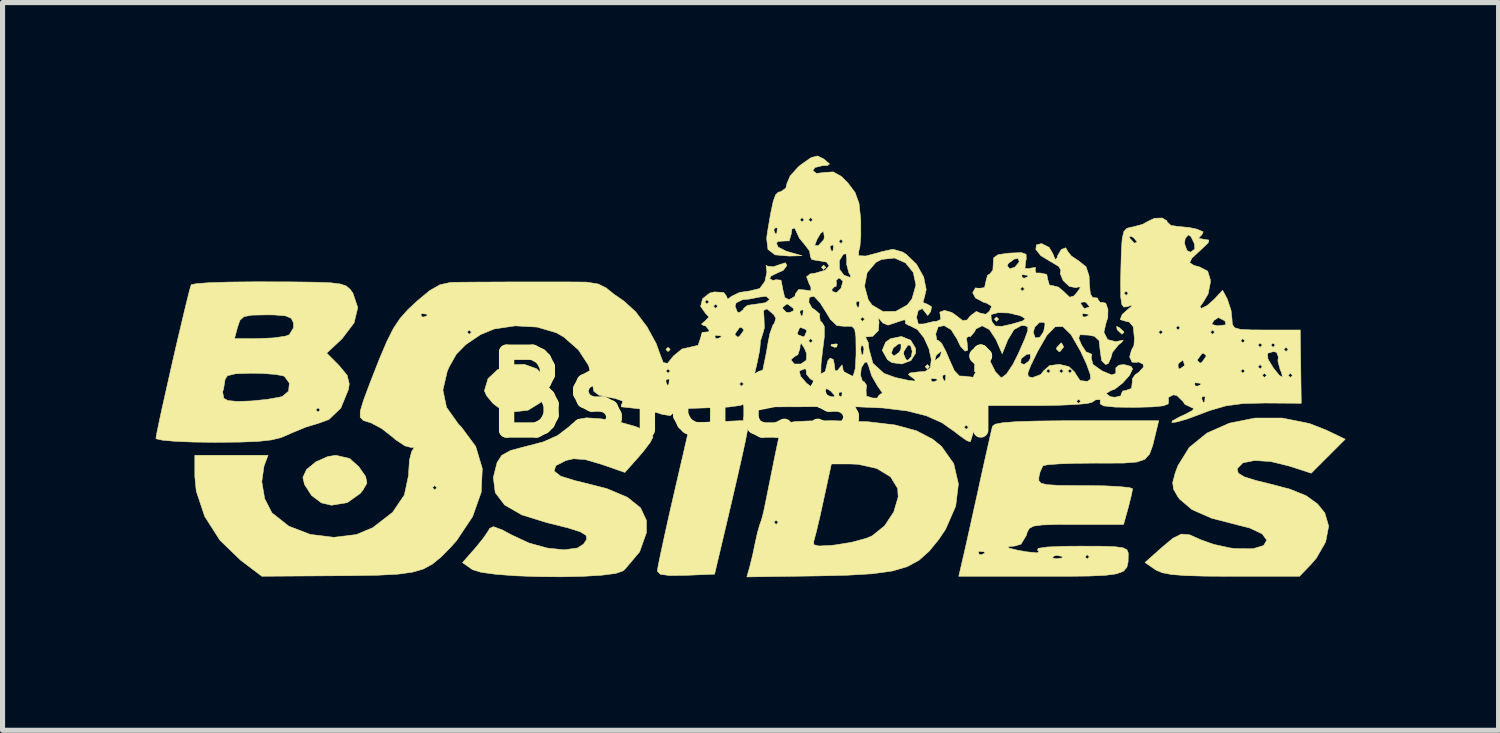
<source format=kicad_pcb>
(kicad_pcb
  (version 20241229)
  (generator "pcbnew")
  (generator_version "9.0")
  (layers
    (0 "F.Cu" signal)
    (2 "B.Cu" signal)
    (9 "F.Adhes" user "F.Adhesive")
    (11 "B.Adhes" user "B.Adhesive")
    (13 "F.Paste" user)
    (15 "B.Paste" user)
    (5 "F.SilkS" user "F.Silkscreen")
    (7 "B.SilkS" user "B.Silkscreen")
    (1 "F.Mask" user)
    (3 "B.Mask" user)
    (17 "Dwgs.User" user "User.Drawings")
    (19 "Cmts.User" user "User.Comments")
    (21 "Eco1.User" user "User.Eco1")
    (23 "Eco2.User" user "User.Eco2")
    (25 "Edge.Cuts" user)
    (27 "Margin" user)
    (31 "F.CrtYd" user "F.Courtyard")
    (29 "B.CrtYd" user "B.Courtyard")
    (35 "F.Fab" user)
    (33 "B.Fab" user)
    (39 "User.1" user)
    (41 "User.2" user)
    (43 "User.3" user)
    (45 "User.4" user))
  (footprint "Bsides-i"
    (layer "F.Cu")
    (at 11.52 4.685)
    (property "Reference" "Bsides-i" (at 0 0 0) (layer "F.SilkS") (effects (font (size 1.524 1.524) (thickness 0.3))))
    (attr through_hole)
    (fp_poly (pts (xy -1.439 -0.889) (xy -1.482 -0.847) (xy -1.524 -0.889) (xy -1.482 -0.931) (xy -1.439 -0.889)) (stroke (width 0.01) (type solid)) (fill yes) (layer "F.SilkS"))
    (fp_poly (pts (xy 1.609 -2.498) (xy 1.566 -2.455) (xy 1.524 -2.498) (xy 1.566 -2.54) (xy 1.609 -2.498)) (stroke (width 0.01) (type solid)) (fill yes) (layer "F.SilkS"))
    (fp_poly (pts (xy 3.641 -0.55) (xy 3.598 -0.508) (xy 3.556 -0.55) (xy 3.598 -0.593) (xy 3.641 -0.55)) (stroke (width 0.01) (type solid)) (fill yes) (layer "F.SilkS"))
    (fp_poly (pts (xy 4.995 -1.482) (xy 4.953 -1.439) (xy 4.911 -1.482) (xy 4.953 -1.524) (xy 4.995 -1.482)) (stroke (width 0.01) (type solid)) (fill yes) (layer "F.SilkS"))
    (fp_poly (pts (xy 1.834 -0.988) (xy 1.823 -0.937) (xy 1.778 -0.931) (xy 1.708 -0.962) (xy 1.722 -0.988) (xy 1.822 -0.998) (xy 1.834 -0.988)) (stroke (width 0.01) (type solid)) (fill yes) (layer "F.SilkS"))
    (fp_poly (pts (xy 7.353 -1.32) (xy 7.443 -1.242) (xy 7.451 -1.223) (xy 7.41 -1.188) (xy 7.327 -1.266) (xy 7.316 -1.283) (xy 7.306 -1.341) (xy 7.353 -1.32)) (stroke (width 0.01) (type solid)) (fill yes) (layer "F.SilkS"))
    (fp_poly (pts (xy 6.264 -0.95) (xy 6.265 -0.931) (xy 6.2 -0.85) (xy 6.176 -0.847) (xy 6.125 -0.899) (xy 6.138 -0.931) (xy 6.214 -1.012) (xy 6.228 -1.016) (xy 6.264 -0.95)) (stroke (width 0.01) (type solid)) (fill yes) (layer "F.SilkS"))
    (fp_poly (pts (xy -4.055 -0.51) (xy -3.893 -0.335) (xy -3.82 -0.153) (xy -3.852 -0.008) (xy -3.983 0.153) (xy -4.227 0.303) (xy -4.524 0.336) (xy -4.805 0.25) (xy -4.911 0.169) (xy -5.035 0.02) (xy -5.08 -0.078) (xy -5.008 -0.318) (xy -4.823 -0.491) (xy -4.571 -0.588) (xy -4.3 -0.597) (xy -4.055 -0.51)) (stroke (width 0.01) (type solid)) (fill yes) (layer "F.SilkS"))
    (fp_poly (pts (xy -7.721 1.247) (xy -7.541 1.408) (xy -7.407 1.599) (xy -7.381 1.73) (xy -7.461 1.869) (xy -7.514 1.934) (xy -7.767 2.113) (xy -8.076 2.163) (xy -8.271 2.118) (xy -8.466 1.972) (xy -8.604 1.758) (xy -8.636 1.618) (xy -8.563 1.462) (xy -8.381 1.313) (xy -8.149 1.21) (xy -7.991 1.185) (xy -7.721 1.247)) (stroke (width 0.01) (type solid)) (fill yes) (layer "F.SilkS"))
    (fp_poly (pts (xy 0.059 0.779) (xy 0.022 0.96) (xy -0.046 1.269) (xy -0.136 1.666) (xy -0.24 2.114) (xy -0.28 2.286) (xy -0.57 3.514) (xy -1.132 3.537) (xy -1.455 3.541) (xy -1.634 3.515) (xy -1.691 3.457) (xy -1.692 3.452) (xy -1.673 3.337) (xy -1.621 3.087) (xy -1.544 2.731) (xy -1.448 2.299) (xy -1.367 1.947) (xy -1.044 0.55) (xy -0.468 0.525) (xy 0.108 0.5) (xy 0.059 0.779)) (stroke (width 0.01) (type solid)) (fill yes) (layer "F.SilkS"))
    (fp_poly (pts (xy 3.273 -1.069) (xy 3.369 -0.908) (xy 3.371 -0.82) (xy 3.278 -0.672) (xy 3.098 -0.604) (xy 2.902 -0.631) (xy 2.815 -0.691) (xy 2.745 -0.817) (xy 2.892 -0.817) (xy 2.941 -0.762) (xy 2.947 -0.762) (xy 3.001 -0.799) (xy 3.133 -0.799) (xy 3.18 -0.69) (xy 3.217 -0.677) (xy 3.285 -0.748) (xy 3.302 -0.852) (xy 3.269 -0.969) (xy 3.217 -0.974) (xy 3.139 -0.851) (xy 3.133 -0.799) (xy 3.001 -0.799) (xy 3.045 -0.83) (xy 3.081 -0.896) (xy 3.084 -0.995) (xy 3.032 -0.997) (xy 2.931 -0.919) (xy 2.892 -0.817) (xy 2.745 -0.817) (xy 2.715 -0.871) (xy 2.782 -1.032) (xy 2.879 -1.101) (xy 3.091 -1.143) (xy 3.273 -1.069)) (stroke (width 0.01) (type solid)) (fill yes) (layer "F.SilkS"))
    (fp_poly (pts (xy 10.55 0.455) (xy 11.086 0.563) (xy 11.417 0.693) (xy 11.785 0.87) (xy 11.119 1.536) (xy 10.693 1.397) (xy 10.326 1.307) (xy 10.01 1.287) (xy 9.78 1.333) (xy 9.671 1.444) (xy 9.669 1.453) (xy 9.69 1.535) (xy 9.806 1.607) (xy 10.045 1.681) (xy 10.261 1.733) (xy 10.707 1.85) (xy 11.021 1.978) (xy 11.241 2.136) (xy 11.385 2.313) (xy 11.461 2.573) (xy 11.402 2.882) (xy 11.22 3.2) (xy 11.119 3.317) (xy 10.89 3.556) (xy 9.57 3.556) (xy 9.042 3.553) (xy 8.657 3.542) (xy 8.386 3.521) (xy 8.205 3.487) (xy 8.085 3.438) (xy 8.057 3.42) (xy 7.863 3.285) (xy 8.186 2.997) (xy 8.41 2.81) (xy 8.573 2.729) (xy 8.734 2.742) (xy 8.952 2.838) (xy 8.956 2.84) (xy 9.205 2.929) (xy 9.517 2.998) (xy 9.625 3.013) (xy 9.977 3.016) (xy 10.186 2.953) (xy 10.248 2.848) (xy 10.159 2.725) (xy 9.913 2.609) (xy 9.71 2.558) (xy 9.171 2.419) (xy 8.785 2.25) (xy 8.539 2.042) (xy 8.505 1.995) (xy 8.422 1.849) (xy 8.405 1.719) (xy 8.453 1.537) (xy 8.507 1.391) (xy 8.73 1.031) (xy 9.076 0.75) (xy 9.515 0.556) (xy 10.017 0.455) (xy 10.55 0.455)) (stroke (width 0.01) (type solid)) (fill yes) (layer "F.SilkS"))
    (fp_poly (pts (xy 2.438 0.528) (xy 2.967 0.591) (xy 3.381 0.703) (xy 3.704 0.871) (xy 3.877 1.012) (xy 4.115 1.348) (xy 4.207 1.745) (xy 4.154 2.182) (xy 3.956 2.634) (xy 3.823 2.833) (xy 3.632 3.066) (xy 3.435 3.241) (xy 3.204 3.367) (xy 2.911 3.452) (xy 2.529 3.505) (xy 2.029 3.535) (xy 1.477 3.548) (xy 0.062 3.568) (xy 0.118 3.372) (xy 0.176 3.137) (xy 0.221 2.921) (xy 0.232 2.871) (xy 1.372 2.871) (xy 1.375 2.937) (xy 1.474 2.962) (xy 1.699 2.951) (xy 1.797 2.941) (xy 2.112 2.89) (xy 2.397 2.813) (xy 2.514 2.765) (xy 2.76 2.568) (xy 2.941 2.294) (xy 3.027 2.001) (xy 3.017 1.835) (xy 2.877 1.606) (xy 2.607 1.443) (xy 2.239 1.361) (xy 2.091 1.355) (xy 1.718 1.355) (xy 1.567 2.053) (xy 1.493 2.389) (xy 1.427 2.669) (xy 1.38 2.845) (xy 1.372 2.871) (xy 0.232 2.871) (xy 0.271 2.695) (xy 0.316 2.54) (xy 0.332 2.498) (xy 0.593 2.498) (xy 0.635 2.54) (xy 0.677 2.498) (xy 0.635 2.455) (xy 0.593 2.498) (xy 0.332 2.498) (xy 0.343 2.467) (xy 0.366 2.391) (xy 0.393 2.278) (xy 0.432 2.091) (xy 0.491 1.797) (xy 0.546 1.524) (xy 0.616 1.178) (xy 0.678 0.884) (xy 0.722 0.69) (xy 0.731 0.656) (xy 0.767 0.592) (xy 0.853 0.55) (xy 1.016 0.524) (xy 1.286 0.512) (xy 1.691 0.508) (xy 1.768 0.508) (xy 2.438 0.528)) (stroke (width 0.01) (type solid)) (fill yes) (layer "F.SilkS"))
    (fp_poly (pts (xy -2.828 0.467) (xy -2.77 0.474) (xy -2.425 0.535) (xy -2.118 0.622) (xy -1.891 0.718) (xy -1.782 0.81) (xy -1.778 0.828) (xy -1.83 0.93) (xy -1.963 1.106) (xy -2.053 1.212) (xy -2.328 1.521) (xy -2.785 1.362) (xy -3.103 1.269) (xy -3.333 1.253) (xy -3.484 1.287) (xy -3.681 1.389) (xy -3.714 1.493) (xy -3.585 1.594) (xy -3.299 1.683) (xy -3.239 1.696) (xy -2.678 1.839) (xy -2.276 2.009) (xy -2.021 2.214) (xy -1.905 2.461) (xy -1.905 2.7) (xy -2.039 3.077) (xy -2.325 3.416) (xy -2.364 3.45) (xy -2.508 3.5) (xy -2.784 3.535) (xy -3.155 3.557) (xy -3.585 3.566) (xy -4.035 3.562) (xy -4.47 3.546) (xy -4.853 3.517) (xy -5.146 3.477) (xy -5.313 3.425) (xy -5.318 3.422) (xy -5.509 3.288) (xy -5.262 3.007) (xy -5.102 2.811) (xy -4.996 2.655) (xy -4.98 2.62) (xy -4.906 2.583) (xy -4.73 2.646) (xy -4.55 2.744) (xy -4.209 2.903) (xy -3.85 3.002) (xy -3.519 3.037) (xy -3.258 3.002) (xy -3.136 2.924) (xy -3.074 2.829) (xy -3.088 2.753) (xy -3.199 2.685) (xy -3.429 2.611) (xy -3.8 2.518) (xy -3.848 2.507) (xy -4.345 2.353) (xy -4.683 2.159) (xy -4.867 1.917) (xy -4.905 1.62) (xy -4.831 1.326) (xy -4.739 1.185) (xy -4.563 1.089) (xy -4.317 1.024) (xy -3.926 0.922) (xy -3.646 0.798) (xy -3.419 0.624) (xy -3.378 0.584) (xy -3.249 0.486) (xy -3.085 0.451) (xy -2.828 0.467)) (stroke (width 0.01) (type solid)) (fill yes) (layer "F.SilkS"))
    (fp_poly (pts (xy -8.998 -2.213) (xy -8.828 -2.212) (xy -8.394 -2.206) (xy -8.096 -2.195) (xy -7.905 -2.172) (xy -7.787 -2.132) (xy -7.711 -2.068) (xy -7.655 -1.99) (xy -7.561 -1.709) (xy -7.633 -1.409) (xy -7.867 -1.101) (xy -7.901 -1.068) (xy -8.17 -0.817) (xy -7.929 -0.576) (xy -7.769 -0.383) (xy -7.727 -0.213) (xy -7.744 -0.104) (xy -7.893 0.261) (xy -8.127 0.484) (xy -8.316 0.553) (xy -8.581 0.634) (xy -8.869 0.753) (xy -8.908 0.772) (xy -9.068 0.84) (xy -9.259 0.885) (xy -9.516 0.913) (xy -9.872 0.927) (xy -10.362 0.931) (xy -10.368 0.931) (xy -10.788 0.926) (xy -11.138 0.911) (xy -11.389 0.889) (xy -11.509 0.862) (xy -11.515 0.854) (xy -11.497 0.746) (xy -11.448 0.509) (xy -11.402 0.296) (xy -8.382 0.296) (xy -8.34 0.339) (xy -8.297 0.296) (xy -8.34 0.254) (xy -8.382 0.296) (xy -11.402 0.296) (xy -11.375 0.175) (xy -11.323 -0.057) (xy -10.209 -0.057) (xy -10.185 0.068) (xy -10.103 0.113) (xy -9.917 0.13) (xy -9.637 0.12) (xy -9.332 0.089) (xy -9.074 0.042) (xy -9.038 0.032) (xy -8.916 -0.072) (xy -8.901 -0.229) (xy -8.994 -0.358) (xy -9.024 -0.372) (xy -9.178 -0.4) (xy -9.437 -0.419) (xy -9.659 -0.423) (xy -9.956 -0.412) (xy -10.114 -0.374) (xy -10.16 -0.303) (xy -10.19 -0.115) (xy -10.209 -0.057) (xy -11.323 -0.057) (xy -11.286 -0.222) (xy -11.189 -0.652) (xy -11.09 -1.081) (xy -11.085 -1.101) (xy -9.976 -1.101) (xy -9.497 -1.102) (xy -9.212 -1.115) (xy -8.988 -1.147) (xy -8.903 -1.176) (xy -8.821 -1.31) (xy -8.819 -1.407) (xy -8.863 -1.498) (xy -8.974 -1.546) (xy -9.195 -1.565) (xy -9.351 -1.566) (xy -9.632 -1.561) (xy -9.79 -1.532) (xy -9.869 -1.461) (xy -9.914 -1.333) (xy -9.976 -1.101) (xy -11.085 -1.101) (xy -10.996 -1.478) (xy -10.916 -1.811) (xy -10.857 -2.047) (xy -10.825 -2.154) (xy -10.824 -2.157) (xy -10.716 -2.179) (xy -10.46 -2.197) (xy -10.075 -2.209) (xy -9.581 -2.214) (xy -8.998 -2.213)) (stroke (width 0.01) (type solid)) (fill yes) (layer "F.SilkS"))
    (fp_poly (pts (xy 8.075 0.741) (xy 8.014 0.992) (xy 7.952 1.161) (xy 7.859 1.264) (xy 7.703 1.317) (xy 7.453 1.337) (xy 7.076 1.339) (xy 6.9 1.338) (xy 6.508 1.342) (xy 6.181 1.353) (xy 5.953 1.37) (xy 5.863 1.39) (xy 5.807 1.511) (xy 5.784 1.611) (xy 5.783 1.684) (xy 5.826 1.732) (xy 5.94 1.76) (xy 6.156 1.774) (xy 6.5 1.778) (xy 6.689 1.778) (xy 7.063 1.783) (xy 7.365 1.798) (xy 7.562 1.819) (xy 7.62 1.841) (xy 7.598 1.958) (xy 7.546 2.166) (xy 7.531 2.223) (xy 7.443 2.54) (xy 6.517 2.54) (xy 6.111 2.541) (xy 5.844 2.55) (xy 5.683 2.572) (xy 5.598 2.615) (xy 5.557 2.686) (xy 5.538 2.752) (xy 5.433 2.927) (xy 5.311 2.963) (xy 5.179 2.974) (xy 5.202 3.004) (xy 5.367 3.045) (xy 5.546 3.076) (xy 5.747 3.097) (xy 5.789 3.073) (xy 5.757 3.047) (xy 5.769 3.008) (xy 5.947 2.982) (xy 6.291 2.967) (xy 6.583 2.965) (xy 6.996 2.966) (xy 7.269 2.975) (xy 7.431 2.997) (xy 7.509 3.036) (xy 7.534 3.097) (xy 7.535 3.126) (xy 7.532 3.271) (xy 7.508 3.379) (xy 7.441 3.456) (xy 7.31 3.506) (xy 7.092 3.536) (xy 6.767 3.551) (xy 6.312 3.556) (xy 5.823 3.556) (xy 4.214 3.556) (xy 4.258 3.365) (xy 4.297 3.197) (xy 6.048 3.197) (xy 6.131 3.211) (xy 6.241 3.195) (xy 6.242 3.175) (xy 6.689 3.175) (xy 6.731 3.217) (xy 6.773 3.175) (xy 6.731 3.133) (xy 6.689 3.175) (xy 6.242 3.175) (xy 6.242 3.166) (xy 6.129 3.146) (xy 6.08 3.159) (xy 6.048 3.197) (xy 4.297 3.197) (xy 4.305 3.163) (xy 4.325 3.076) (xy 4.6 3.076) (xy 4.612 3.127) (xy 4.657 3.133) (xy 4.726 3.102) (xy 4.713 3.076) (xy 4.613 3.066) (xy 4.6 3.076) (xy 4.325 3.076) (xy 4.354 2.948) (xy 4.413 2.684) (xy 4.49 2.336) (xy 4.594 1.867) (xy 4.622 1.736) (xy 4.711 1.335) (xy 4.788 0.991) (xy 4.845 0.739) (xy 4.875 0.615) (xy 4.875 0.614) (xy 4.93 0.575) (xy 5.081 0.546) (xy 5.344 0.526) (xy 5.736 0.514) (xy 6.275 0.508) (xy 6.518 0.508) (xy 8.131 0.508) (xy 8.075 0.741)) (stroke (width 0.01) (type solid)) (fill yes) (layer "F.SilkS"))
    (fp_poly (pts (xy 1.561 -4.625) (xy 1.577 -4.613) (xy 1.683 -4.523) (xy 1.642 -4.493) (xy 1.545 -4.49) (xy 1.396 -4.453) (xy 1.355 -4.393) (xy 1.425 -4.338) (xy 1.579 -4.356) (xy 1.755 -4.367) (xy 1.915 -4.278) (xy 2.039 -4.155) (xy 2.183 -3.963) (xy 2.26 -3.75) (xy 2.292 -3.446) (xy 2.294 -3.403) (xy 2.295 -3.118) (xy 2.277 -2.897) (xy 2.253 -2.809) (xy 2.252 -2.726) (xy 2.39 -2.719) (xy 2.651 -2.787) (xy 2.698 -2.803) (xy 2.924 -2.852) (xy 3.109 -2.799) (xy 3.183 -2.754) (xy 3.386 -2.559) (xy 3.526 -2.309) (xy 3.576 -2.063) (xy 3.545 -1.927) (xy 3.512 -1.808) (xy 3.593 -1.778) (xy 3.68 -1.726) (xy 3.665 -1.634) (xy 3.607 -1.553) (xy 3.576 -1.592) (xy 3.499 -1.69) (xy 3.418 -1.65) (xy 3.387 -1.515) (xy 3.422 -1.386) (xy 3.521 -1.388) (xy 3.715 -1.435) (xy 3.78 -1.439) (xy 3.864 -1.479) (xy 3.856 -1.518) (xy 3.843 -1.62) (xy 3.935 -1.654) (xy 4.078 -1.613) (xy 4.162 -1.555) (xy 4.293 -1.452) (xy 4.375 -1.466) (xy 4.439 -1.543) (xy 4.474 -1.57) (xy 4.845 -1.57) (xy 4.85 -1.485) (xy 4.87 -1.422) (xy 4.931 -1.347) (xy 5.061 -1.342) (xy 5.256 -1.386) (xy 5.46 -1.445) (xy 5.518 -1.488) (xy 5.449 -1.535) (xy 5.4 -1.555) (xy 5.295 -1.58) (xy 6.632 -1.58) (xy 6.644 -1.53) (xy 6.689 -1.524) (xy 6.758 -1.555) (xy 6.745 -1.58) (xy 6.645 -1.591) (xy 6.632 -1.58) (xy 5.295 -1.58) (xy 5.2 -1.603) (xy 4.987 -1.61) (xy 4.849 -1.573) (xy 4.845 -1.57) (xy 4.474 -1.57) (xy 4.558 -1.634) (xy 4.629 -1.602) (xy 4.744 -1.577) (xy 4.815 -1.638) (xy 4.859 -1.734) (xy 4.783 -1.783) (xy 6.604 -1.783) (xy 6.665 -1.697) (xy 6.689 -1.693) (xy 6.771 -1.722) (xy 6.773 -1.731) (xy 6.714 -1.803) (xy 6.689 -1.82) (xy 6.611 -1.814) (xy 6.604 -1.783) (xy 4.783 -1.783) (xy 4.766 -1.794) (xy 4.701 -1.812) (xy 4.541 -1.898) (xy 4.487 -2) (xy 4.528 -2.074) (xy 5.419 -2.074) (xy 5.461 -2.032) (xy 5.503 -2.074) (xy 5.461 -2.117) (xy 5.419 -2.074) (xy 4.528 -2.074) (xy 4.54 -2.095) (xy 4.614 -2.086) (xy 4.719 -2.1) (xy 4.741 -2.204) (xy 4.777 -2.34) (xy 4.781 -2.342) (xy 5.447 -2.342) (xy 5.459 -2.292) (xy 5.503 -2.286) (xy 5.573 -2.317) (xy 5.56 -2.342) (xy 5.459 -2.353) (xy 5.447 -2.342) (xy 4.781 -2.342) (xy 4.825 -2.371) (xy 4.882 -2.441) (xy 4.887 -2.524) (xy 5.165 -2.524) (xy 5.214 -2.468) (xy 5.316 -2.503) (xy 5.397 -2.602) (xy 5.399 -2.609) (xy 5.373 -2.673) (xy 5.299 -2.658) (xy 5.182 -2.571) (xy 5.165 -2.524) (xy 4.887 -2.524) (xy 4.889 -2.561) (xy 4.897 -2.684) (xy 4.986 -2.746) (xy 5.197 -2.776) (xy 5.221 -2.777) (xy 5.442 -2.786) (xy 5.533 -2.754) (xy 5.536 -2.66) (xy 5.525 -2.615) (xy 5.511 -2.481) (xy 5.589 -2.471) (xy 5.621 -2.482) (xy 5.72 -2.495) (xy 5.711 -2.449) (xy 5.727 -2.386) (xy 5.812 -2.386) (xy 5.938 -2.359) (xy 5.957 -2.261) (xy 5.989 -2.15) (xy 6.041 -2.142) (xy 6.165 -2.111) (xy 6.276 -2.018) (xy 6.387 -1.912) (xy 6.47 -1.937) (xy 6.53 -2.005) (xy 6.602 -2.108) (xy 6.554 -2.113) (xy 6.513 -2.099) (xy 6.382 -2.123) (xy 6.258 -2.239) (xy 6.2 -2.38) (xy 6.214 -2.441) (xy 6.174 -2.514) (xy 6.024 -2.605) (xy 6.013 -2.61) (xy 5.822 -2.726) (xy 5.724 -2.847) (xy 5.735 -2.937) (xy 5.835 -2.963) (xy 5.982 -2.891) (xy 6.053 -2.773) (xy 6.103 -2.65) (xy 6.139 -2.681) (xy 6.154 -2.731) (xy 6.223 -2.847) (xy 6.309 -2.88) (xy 6.35 -2.808) (xy 6.417 -2.722) (xy 6.562 -2.625) (xy 6.708 -2.508) (xy 6.767 -2.329) (xy 6.773 -2.182) (xy 6.792 -1.975) (xy 6.842 -1.9) (xy 6.858 -1.905) (xy 6.936 -1.895) (xy 6.943 -1.863) (xy 6.991 -1.804) (xy 7.018 -1.814) (xy 7.094 -1.795) (xy 7.137 -1.673) (xy 7.134 -1.511) (xy 7.101 -1.416) (xy 7.057 -1.225) (xy 7.13 -1.082) (xy 7.288 -1.042) (xy 7.314 -1.047) (xy 7.436 -1.071) (xy 7.406 -1.028) (xy 7.345 -0.981) (xy 7.224 -0.832) (xy 7.197 -0.732) (xy 7.144 -0.612) (xy 7.09 -0.593) (xy 7.013 -0.669) (xy 6.984 -0.868) (xy 6.964 -1.062) (xy 6.872 -1.147) (xy 6.751 -1.17) (xy 6.59 -1.176) (xy 6.564 -1.111) (xy 6.616 -0.982) (xy 6.708 -0.841) (xy 6.785 -0.811) (xy 6.822 -0.79) (xy 6.808 -0.73) (xy 6.842 -0.597) (xy 7.02 -0.469) (xy 7.21 -0.39) (xy 7.291 -0.418) (xy 7.291 -0.529) (xy 7.353 -0.581) (xy 7.451 -0.593) (xy 7.588 -0.557) (xy 7.62 -0.508) (xy 7.56 -0.382) (xy 7.422 -0.228) (xy 7.271 -0.111) (xy 7.197 -0.085) (xy 7.114 -0.034) (xy 7.112 -0.018) (xy 7.183 0.037) (xy 7.275 0.048) (xy 7.39 0.021) (xy 7.397 -0.018) (xy 7.427 -0.075) (xy 7.488 -0.085) (xy 7.599 -0.126) (xy 7.611 -0.226) (xy 8.834 -0.226) (xy 8.845 -0.175) (xy 8.89 -0.169) (xy 8.96 -0.2) (xy 8.946 -0.226) (xy 8.846 -0.236) (xy 8.834 -0.226) (xy 7.611 -0.226) (xy 7.617 -0.275) (xy 7.612 -0.31) (xy 7.661 -0.381) (xy 10.16 -0.381) (xy 10.202 -0.339) (xy 10.245 -0.381) (xy 10.202 -0.423) (xy 10.16 -0.381) (xy 7.661 -0.381) (xy 7.669 -0.392) (xy 7.741 -0.442) (xy 7.763 -0.466) (xy 9.737 -0.466) (xy 9.779 -0.423) (xy 9.821 -0.466) (xy 9.779 -0.508) (xy 9.737 -0.466) (xy 7.763 -0.466) (xy 7.832 -0.542) (xy 7.828 -0.593) (xy 8.509 -0.593) (xy 8.516 -0.515) (xy 8.546 -0.508) (xy 8.606 -0.55) (xy 10.075 -0.55) (xy 10.118 -0.508) (xy 10.16 -0.55) (xy 10.118 -0.593) (xy 10.075 -0.55) (xy 8.606 -0.55) (xy 8.633 -0.569) (xy 8.636 -0.593) (xy 8.61 -0.667) (xy 8.89 -0.667) (xy 8.942 -0.621) (xy 8.975 -0.635) (xy 9.056 -0.747) (xy 9.059 -0.772) (xy 9.012 -0.813) (xy 10.263 -0.813) (xy 10.272 -0.701) (xy 10.376 -0.527) (xy 10.497 -0.379) (xy 10.557 -0.346) (xy 10.55 -0.381) (xy 10.668 -0.381) (xy 10.71 -0.339) (xy 10.753 -0.381) (xy 10.71 -0.423) (xy 10.668 -0.381) (xy 10.55 -0.381) (xy 10.537 -0.437) (xy 10.513 -0.487) (xy 10.466 -0.662) (xy 10.475 -0.741) (xy 10.442 -0.832) (xy 10.379 -0.847) (xy 10.263 -0.813) (xy 9.012 -0.813) (xy 9.007 -0.818) (xy 8.975 -0.804) (xy 8.893 -0.692) (xy 8.89 -0.667) (xy 8.61 -0.667) (xy 8.607 -0.675) (xy 8.599 -0.677) (xy 8.526 -0.618) (xy 8.509 -0.593) (xy 7.828 -0.593) (xy 7.828 -0.599) (xy 7.73 -0.645) (xy 7.705 -0.635) (xy 7.609 -0.64) (xy 7.562 -0.742) (xy 7.596 -0.87) (xy 7.597 -0.872) (xy 7.606 -0.889) (xy 10.583 -0.889) (xy 10.626 -0.847) (xy 10.668 -0.889) (xy 10.626 -0.931) (xy 10.583 -0.889) (xy 7.606 -0.889) (xy 7.645 -0.962) (xy 7.646 -0.974) (xy 10.075 -0.974) (xy 10.118 -0.931) (xy 10.16 -0.974) (xy 10.329 -0.974) (xy 10.372 -0.931) (xy 10.414 -0.974) (xy 10.372 -1.016) (xy 10.329 -0.974) (xy 10.16 -0.974) (xy 10.118 -1.016) (xy 10.075 -0.974) (xy 7.646 -0.974) (xy 7.653 -1.058) (xy 9.737 -1.058) (xy 9.779 -1.016) (xy 9.821 -1.058) (xy 9.779 -1.101) (xy 9.737 -1.058) (xy 7.653 -1.058) (xy 7.656 -1.092) (xy 7.643 -1.228) (xy 8.128 -1.228) (xy 8.17 -1.185) (xy 8.213 -1.228) (xy 9.144 -1.228) (xy 9.186 -1.185) (xy 9.229 -1.228) (xy 9.186 -1.27) (xy 9.144 -1.228) (xy 8.213 -1.228) (xy 8.17 -1.27) (xy 8.128 -1.228) (xy 7.643 -1.228) (xy 7.635 -1.312) (xy 8.467 -1.312) (xy 8.509 -1.27) (xy 8.551 -1.312) (xy 8.509 -1.355) (xy 8.467 -1.312) (xy 7.635 -1.312) (xy 7.634 -1.323) (xy 7.633 -1.333) (xy 7.593 -1.38) (xy 9.17 -1.38) (xy 9.273 -1.355) (xy 9.313 -1.355) (xy 9.448 -1.372) (xy 9.434 -1.436) (xy 9.415 -1.456) (xy 9.3 -1.514) (xy 9.212 -1.456) (xy 9.17 -1.38) (xy 7.593 -1.38) (xy 7.552 -1.428) (xy 7.493 -1.439) (xy 7.377 -1.474) (xy 7.414 -1.572) (xy 7.514 -1.663) (xy 7.614 -1.746) (xy 7.578 -1.748) (xy 7.517 -1.728) (xy 7.449 -1.719) (xy 7.408 -1.77) (xy 7.388 -1.909) (xy 7.387 -1.99) (xy 7.451 -1.99) (xy 7.493 -1.947) (xy 7.535 -1.99) (xy 7.493 -2.032) (xy 7.451 -1.99) (xy 7.387 -1.99) (xy 7.384 -2.166) (xy 7.39 -2.468) (xy 7.4 -2.838) (xy 7.409 -2.963) (xy 8.636 -2.963) (xy 8.686 -2.826) (xy 8.755 -2.794) (xy 8.838 -2.856) (xy 8.83 -2.963) (xy 8.763 -3.101) (xy 8.711 -3.133) (xy 8.65 -3.062) (xy 8.636 -2.963) (xy 7.409 -2.963) (xy 7.417 -3.071) (xy 7.427 -3.108) (xy 7.549 -3.108) (xy 7.57 -3.061) (xy 7.655 -2.97) (xy 7.704 -2.989) (xy 7.705 -3.001) (xy 7.645 -3.072) (xy 7.607 -3.098) (xy 7.549 -3.108) (xy 7.427 -3.108) (xy 7.45 -3.201) (xy 7.508 -3.262) (xy 7.599 -3.285) (xy 7.62 -3.288) (xy 7.814 -3.339) (xy 7.912 -3.394) (xy 8.048 -3.459) (xy 8.201 -3.464) (xy 8.293 -3.408) (xy 8.297 -3.387) (xy 8.369 -3.32) (xy 8.488 -3.301) (xy 8.73 -3.277) (xy 8.876 -3.247) (xy 9.003 -3.193) (xy 8.974 -3.131) (xy 8.961 -3.122) (xy 8.91 -3.066) (xy 9.017 -3.047) (xy 9.114 -3.032) (xy 9.1 -2.976) (xy 8.963 -2.846) (xy 8.954 -2.838) (xy 8.782 -2.678) (xy 8.738 -2.589) (xy 8.82 -2.536) (xy 8.932 -2.505) (xy 9.091 -2.423) (xy 9.143 -2.252) (xy 9.144 -2.206) (xy 9.1 -1.978) (xy 9.011 -1.826) (xy 8.94 -1.725) (xy 8.965 -1.693) (xy 9.082 -1.75) (xy 9.218 -1.871) (xy 9.383 -2.048) (xy 9.475 -1.876) (xy 9.549 -1.653) (xy 9.567 -1.487) (xy 9.574 -1.379) (xy 9.618 -1.314) (xy 9.732 -1.282) (xy 9.954 -1.271) (xy 10.236 -1.27) (xy 10.904 -1.27) (xy 10.914 -0.552) (xy 10.924 0.166) (xy 10.212 0.161) (xy 9.785 0.171) (xy 9.449 0.216) (xy 9.129 0.309) (xy 8.966 0.371) (xy 8.691 0.473) (xy 8.491 0.531) (xy 8.387 0.544) (xy 8.398 0.511) (xy 8.544 0.431) (xy 8.644 0.386) (xy 8.793 0.307) (xy 8.817 0.261) (xy 8.793 0.257) (xy 8.645 0.187) (xy 8.605 0.127) (xy 8.561 0.085) (xy 8.975 0.085) (xy 9.006 0.154) (xy 9.031 0.141) (xy 9.041 0.041) (xy 9.031 0.028) (xy 8.981 0.04) (xy 8.975 0.085) (xy 8.561 0.085) (xy 8.489 0.015) (xy 8.418 0) (xy 8.319 0.052) (xy 8.325 0.119) (xy 8.317 0.179) (xy 8.22 0.216) (xy 8.007 0.237) (xy 7.652 0.246) (xy 7.652 0.246) (xy 7.28 0.241) (xy 7.053 0.217) (xy 6.982 0.176) (xy 6.985 0.169) (xy 6.986 0.095) (xy 6.899 0.097) (xy 6.822 0.148) (xy 6.717 0.172) (xy 6.477 0.192) (xy 6.137 0.206) (xy 5.732 0.212) (xy 5.69 0.212) (xy 4.622 0.212) (xy 4.543 0.55) (xy 4.488 0.769) (xy 4.446 0.905) (xy 4.437 0.921) (xy 4.363 0.892) (xy 4.209 0.782) (xy 4.147 0.731) (xy 4.01 0.635) (xy 4.318 0.635) (xy 4.36 0.677) (xy 4.403 0.635) (xy 4.36 0.593) (xy 4.318 0.635) (xy 4.01 0.635) (xy 3.885 0.547) (xy 3.58 0.411) (xy 3.204 0.316) (xy 2.734 0.258) (xy 2.142 0.232) (xy 1.545 0.231) (xy 1.084 0.235) (xy 0.689 0.236) (xy 0.387 0.233) (xy 0.207 0.228) (xy 0.169 0.223) (xy 0.193 0.136) (xy 0.196 0.127) (xy 6.519 0.127) (xy 6.562 0.169) (xy 6.604 0.127) (xy 6.562 0.085) (xy 6.519 0.127) (xy 0.196 0.127) (xy 0.253 -0.058) (xy 0.29 -0.175) (xy 0.326 -0.31) (xy 0.79 -0.31) (xy 0.802 -0.26) (xy 0.847 -0.254) (xy 0.916 -0.285) (xy 0.903 -0.31) (xy 0.803 -0.321) (xy 0.79 -0.31) (xy 0.326 -0.31) (xy 0.369 -0.467) (xy 1.091 -0.467) (xy 1.113 -0.364) (xy 1.234 -0.225) (xy 1.431 -0.079) (xy 1.609 0.015) (xy 1.74 0.071) (xy 1.776 0.056) (xy 1.778 0.01) (xy 1.77 0) (xy 1.863 0) (xy 1.894 0.07) (xy 1.919 0.056) (xy 1.929 -0.044) (xy 1.919 -0.056) (xy 1.869 -0.045) (xy 1.863 0) (xy 1.77 0) (xy 1.709 -0.071) (xy 1.537 -0.178) (xy 1.48 -0.207) (xy 1.303 -0.314) (xy 1.227 -0.408) (xy 1.231 -0.428) (xy 1.219 -0.503) (xy 1.19 -0.508) (xy 1.091 -0.467) (xy 0.369 -0.467) (xy 0.38 -0.511) (xy 0.414 -0.677) (xy 0.931 -0.677) (xy 0.993 -0.604) (xy 1.121 -0.604) (xy 1.227 -0.677) (xy 1.232 -0.811) (xy 1.192 -0.909) (xy 1.125 -1.013) (xy 1.105 -0.968) (xy 1.103 -0.91) (xy 1.061 -0.784) (xy 1.016 -0.762) (xy 0.934 -0.698) (xy 0.931 -0.677) (xy 0.414 -0.677) (xy 0.453 -0.872) (xy 0.464 -0.951) (xy 0.485 -1.058) (xy 1.27 -1.058) (xy 1.312 -1.016) (xy 1.355 -1.058) (xy 1.312 -1.101) (xy 1.27 -1.058) (xy 0.485 -1.058) (xy 0.512 -1.197) (xy 0.515 -1.205) (xy 1.051 -1.205) (xy 1.063 -1.178) (xy 1.166 -1.136) (xy 1.193 -1.147) (xy 1.235 -1.25) (xy 1.223 -1.277) (xy 1.12 -1.319) (xy 1.093 -1.308) (xy 1.051 -1.205) (xy 0.515 -1.205) (xy 0.573 -1.366) (xy 0.602 -1.403) (xy 0.631 -1.501) (xy 0.586 -1.574) (xy 0.457 -1.684) (xy 0.389 -1.652) (xy 0.398 -1.525) (xy 0.405 -1.311) (xy 0.377 -1.208) (xy 0.328 -1.053) (xy 0.325 -0.997) (xy 0.314 -0.877) (xy 0.269 -0.651) (xy 0.206 -0.377) (xy 0.137 -0.11) (xy 0.076 0.092) (xy 0.046 0.163) (xy -0.063 0.208) (xy -0.303 0.24) (xy -0.635 0.254) (xy -0.675 0.254) (xy -1.061 0.267) (xy -1.298 0.304) (xy -1.373 0.353) (xy -1.439 0.408) (xy -1.598 0.383) (xy -1.689 0.353) (xy -1.97 0.282) (xy -2.235 0.253) (xy -2.399 0.236) (xy -2.397 0.188) (xy -2.385 0.18) (xy -2.37 0.122) (xy -2.52 0.071) (xy -2.618 0.053) (xy -2.838 0.006) (xy -2.937 -0.07) (xy -2.963 -0.219) (xy -2.963 -0.254) (xy -1.524 -0.254) (xy -1.493 -0.184) (xy -1.468 -0.198) (xy -1.466 -0.212) (xy -0.085 -0.212) (xy -0.042 -0.169) (xy 0 -0.212) (xy -0.042 -0.254) (xy -0.085 -0.212) (xy -1.466 -0.212) (xy -1.457 -0.298) (xy -1.468 -0.31) (xy -1.518 -0.299) (xy -1.524 -0.254) (xy -2.963 -0.254) (xy -2.963 -0.268) (xy -3.011 -0.466) (xy -1.524 -0.466) (xy -1.482 -0.423) (xy -1.439 -0.466) (xy -1.482 -0.508) (xy -1.524 -0.466) (xy -3.011 -0.466) (xy -3.038 -0.575) (xy -3.238 -0.881) (xy -3.525 -1.133) (xy -3.67 -1.216) (xy -4.048 -1.327) (xy -4.478 -1.351) (xy -4.888 -1.29) (xy -5.156 -1.179) (xy -5.444 -0.984) (xy -5.63 -0.795) (xy -5.768 -0.551) (xy -5.808 -0.46) (xy -5.893 -0.093) (xy -5.822 0.245) (xy -5.588 0.575) (xy -5.53 0.633) (xy -5.25 1.012) (xy -5.121 1.444) (xy -5.142 1.908) (xy -5.31 2.385) (xy -5.624 2.856) (xy -5.745 2.991) (xy -5.928 3.177) (xy -6.095 3.314) (xy -6.273 3.412) (xy -6.493 3.476) (xy -6.784 3.515) (xy -7.173 3.535) (xy -7.691 3.543) (xy -7.959 3.545) (xy -9.44 3.555) (xy -9.859 3.238) (xy -10.263 2.847) (xy -10.559 2.383) (xy -10.725 1.887) (xy -10.753 1.599) (xy -10.753 1.185) (xy -9.318 1.185) (xy -9.398 1.397) (xy -9.441 1.701) (xy -9.385 2.035) (xy -9.245 2.308) (xy -9.238 2.316) (xy -8.911 2.574) (xy -8.492 2.735) (xy -8.034 2.792) (xy -7.588 2.738) (xy -7.267 2.603) (xy -6.878 2.302) (xy -6.648 1.964) (xy -6.617 1.82) (xy -6.096 1.82) (xy -6.054 1.863) (xy -6.011 1.82) (xy -6.054 1.778) (xy -6.096 1.82) (xy -6.617 1.82) (xy -6.565 1.573) (xy -6.564 1.526) (xy -6.548 1.28) (xy -6.504 1.107) (xy -6.48 1.073) (xy -6.453 1.026) (xy -6.508 1.034) (xy -6.638 1) (xy -6.821 0.878) (xy -6.878 0.828) (xy -7.092 0.661) (xy -7.299 0.551) (xy -7.334 0.54) (xy -7.453 0.502) (xy -7.513 0.439) (xy -7.512 0.32) (xy -7.449 0.11) (xy -7.325 -0.222) (xy -7.318 -0.24) (xy -7.134 -0.709) (xy -6.988 -1.052) (xy -6.899 -1.228) (xy -5.419 -1.228) (xy -5.376 -1.185) (xy -5.334 -1.228) (xy -5.376 -1.27) (xy -5.419 -1.228) (xy -6.899 -1.228) (xy -6.86 -1.304) (xy -6.732 -1.496) (xy -6.657 -1.58) (xy -6.322 -1.58) (xy -6.31 -1.53) (xy -6.265 -1.524) (xy -6.196 -1.555) (xy -6.209 -1.58) (xy -6.309 -1.591) (xy -6.322 -1.58) (xy -6.657 -1.58) (xy -6.583 -1.664) (xy -6.41 -1.827) (xy -6.153 -2.041) (xy -5.951 -2.156) (xy -5.748 -2.201) (xy -5.642 -2.205) (xy -5.297 -2.208) (xy -4.874 -2.21) (xy -4.417 -2.212) (xy -3.967 -2.212) (xy -3.564 -2.212) (xy -3.251 -2.21) (xy -3.075 -2.208) (xy -2.85 -2.171) (xy -2.694 -2.094) (xy -2.544 -1.973) (xy -2.349 -1.838) (xy -2.12 -1.631) (xy -1.892 -1.329) (xy -1.713 -1.002) (xy -1.645 -0.811) (xy -1.576 -0.631) (xy -1.491 -0.617) (xy -1.374 -0.762) (xy -1.207 -0.898) (xy -1.058 -0.931) (xy -0.893 -0.97) (xy -0.847 -1.106) (xy -0.832 -1.157) (xy -0.564 -1.157) (xy -0.553 -1.107) (xy -0.508 -1.101) (xy -0.438 -1.132) (xy -0.452 -1.157) (xy -0.552 -1.167) (xy -0.564 -1.157) (xy -0.832 -1.157) (xy -0.827 -1.175) (xy -0.169 -1.175) (xy -0.117 -1.129) (xy -0.085 -1.143) (xy -0.003 -1.255) (xy 0 -1.28) (xy -0.052 -1.326) (xy -0.085 -1.312) (xy -0.166 -1.2) (xy -0.169 -1.175) (xy -0.827 -1.175) (xy -0.814 -1.223) (xy -0.762 -1.228) (xy -0.684 -1.234) (xy -0.677 -1.265) (xy -0.744 -1.349) (xy -0.783 -1.356) (xy -0.828 -1.385) (xy -0.762 -1.441) (xy -0.681 -1.523) (xy -0.749 -1.598) (xy -0.843 -1.732) (xy -0.842 -1.736) (xy -0.593 -1.736) (xy -0.55 -1.693) (xy -0.508 -1.736) (xy -0.169 -1.736) (xy -0.124 -1.623) (xy -0.085 -1.609) (xy -0.002 -1.673) (xy 0 -1.693) (xy 0.762 -1.693) (xy 0.831 -1.619) (xy 0.894 -1.609) (xy 1.101 -1.609) (xy 1.132 -1.539) (xy 1.157 -1.552) (xy 1.167 -1.653) (xy 1.157 -1.665) (xy 1.107 -1.653) (xy 1.101 -1.609) (xy 0.894 -1.609) (xy 0.982 -1.65) (xy 0.974 -1.693) (xy 0.865 -1.775) (xy 0.842 -1.778) (xy 0.764 -1.713) (xy 0.762 -1.693) (xy 0 -1.693) (xy 0.074 -1.753) (xy 0.251 -1.778) (xy 0.254 -1.778) (xy 0.432 -1.805) (xy 0.439 -1.811) (xy 1.277 -1.811) (xy 1.339 -1.702) (xy 1.402 -1.661) (xy 1.492 -1.58) (xy 1.487 -1.532) (xy 1.502 -1.439) (xy 1.532 -1.423) (xy 1.58 -1.342) (xy 1.58 -1.136) (xy 1.546 -0.865) (xy 1.515 -0.594) (xy 1.513 -0.403) (xy 1.538 -0.339) (xy 1.596 -0.409) (xy 1.609 -0.503) (xy 1.648 -0.665) (xy 1.693 -0.72) (xy 1.758 -0.691) (xy 1.779 -0.576) (xy 1.793 -0.45) (xy 1.842 -0.477) (xy 1.863 -0.508) (xy 1.928 -0.586) (xy 1.946 -0.506) (xy 1.946 -0.487) (xy 2.007 -0.362) (xy 2.074 -0.339) (xy 2.148 -0.377) (xy 2.148 -0.379) (xy 2.289 -0.379) (xy 2.328 -0.268) (xy 2.363 -0.254) (xy 2.408 -0.187) (xy 2.398 -0.095) (xy 2.403 0.024) (xy 2.529 0.063) (xy 2.573 0.064) (xy 2.79 0.064) (xy 2.715 -0.042) (xy 4.657 -0.042) (xy 4.699 0) (xy 4.741 -0.042) (xy 4.699 -0.085) (xy 4.657 -0.042) (xy 2.715 -0.042) (xy 2.623 -0.172) (xy 2.507 -0.374) (xy 2.455 -0.541) (xy 2.455 -0.547) (xy 2.416 -0.641) (xy 2.371 -0.635) (xy 2.304 -0.529) (xy 2.289 -0.379) (xy 2.148 -0.379) (xy 2.187 -0.515) (xy 2.201 -0.782) (xy 2.201 -0.853) (xy 2.201 -0.896) (xy 2.293 -0.896) (xy 2.308 -0.786) (xy 2.337 -0.785) (xy 2.357 -0.898) (xy 2.344 -0.947) (xy 2.306 -0.979) (xy 2.293 -0.896) (xy 2.201 -0.896) (xy 2.198 -1.134) (xy 2.374 -1.134) (xy 2.392 -1.122) (xy 2.442 -1.019) (xy 2.455 -0.898) (xy 2.531 -0.619) (xy 2.749 -0.42) (xy 2.967 -0.34) (xy 3.237 -0.281) (xy 3.36 -0.269) (xy 3.352 -0.303) (xy 3.342 -0.31) (xy 3.669 -0.31) (xy 3.681 -0.26) (xy 3.725 -0.254) (xy 3.795 -0.285) (xy 3.782 -0.31) (xy 3.681 -0.321) (xy 3.669 -0.31) (xy 3.342 -0.31) (xy 3.302 -0.339) (xy 3.895 -0.339) (xy 3.926 -0.269) (xy 3.951 -0.282) (xy 3.961 -0.383) (xy 3.951 -0.395) (xy 3.901 -0.383) (xy 3.895 -0.339) (xy 3.302 -0.339) (xy 3.228 -0.395) (xy 3.253 -0.427) (xy 3.402 -0.447) (xy 3.556 -0.458) (xy 3.657 -0.529) (xy 3.675 -0.683) (xy 3.746 -0.683) (xy 3.758 -0.677) (xy 3.835 -0.737) (xy 3.852 -0.762) (xy 3.874 -0.841) (xy 3.862 -0.847) (xy 3.785 -0.787) (xy 3.768 -0.762) (xy 3.746 -0.683) (xy 3.675 -0.683) (xy 3.677 -0.693) (xy 3.63 -0.903) (xy 3.534 -1.114) (xy 3.473 -1.192) (xy 3.762 -1.192) (xy 3.785 -1.074) (xy 3.817 -1.063) (xy 3.876 -1.012) (xy 3.965 -0.844) (xy 4.021 -0.711) (xy 4.128 -0.472) (xy 4.226 -0.369) (xy 4.325 -0.365) (xy 4.504 -0.343) (xy 4.581 -0.286) (xy 4.684 -0.206) (xy 4.726 -0.21) (xy 4.704 -0.288) (xy 4.619 -0.367) (xy 4.522 -0.46) (xy 4.523 -0.57) (xy 4.593 -0.72) (xy 4.657 -0.72) (xy 4.699 -0.677) (xy 4.741 -0.72) (xy 4.699 -0.762) (xy 4.657 -0.72) (xy 4.593 -0.72) (xy 4.593 -0.72) (xy 4.719 -0.961) (xy 4.832 -0.65) (xy 4.931 -0.451) (xy 5.035 -0.344) (xy 5.059 -0.339) (xy 5.152 -0.41) (xy 5.161 -0.425) (xy 5.567 -0.425) (xy 5.577 -0.356) (xy 5.648 -0.339) (xy 5.662 -0.339) (xy 5.821 -0.397) (xy 5.873 -0.466) (xy 5.927 -0.466) (xy 5.969 -0.423) (xy 6.011 -0.466) (xy 6.181 -0.466) (xy 6.223 -0.423) (xy 6.265 -0.466) (xy 6.35 -0.466) (xy 6.392 -0.423) (xy 6.435 -0.466) (xy 6.392 -0.508) (xy 6.35 -0.466) (xy 6.265 -0.466) (xy 6.223 -0.508) (xy 6.181 -0.466) (xy 6.011 -0.466) (xy 5.969 -0.508) (xy 5.927 -0.466) (xy 5.873 -0.466) (xy 5.99 -0.571) (xy 6.181 -0.598) (xy 6.373 -0.552) (xy 6.49 -0.439) (xy 6.495 -0.423) (xy 6.591 -0.279) (xy 6.733 -0.263) (xy 6.798 -0.307) (xy 6.789 -0.403) (xy 6.716 -0.604) (xy 6.599 -0.857) (xy 6.414 -1.178) (xy 6.253 -1.337) (xy 6.101 -1.332) (xy 5.939 -1.164) (xy 5.757 -0.847) (xy 5.625 -0.577) (xy 5.567 -0.425) (xy 5.161 -0.425) (xy 5.276 -0.597) (xy 5.288 -0.621) (xy 5.428 -0.621) (xy 5.494 -0.593) (xy 5.587 -0.66) (xy 5.617 -0.715) (xy 5.613 -0.801) (xy 5.541 -0.791) (xy 5.437 -0.709) (xy 5.428 -0.621) (xy 5.288 -0.621) (xy 5.381 -0.807) (xy 5.506 -1.092) (xy 5.554 -1.223) (xy 5.673 -1.223) (xy 5.715 -1.112) (xy 5.806 -1.131) (xy 5.877 -1.24) (xy 5.904 -1.378) (xy 5.892 -1.418) (xy 5.798 -1.422) (xy 5.704 -1.328) (xy 5.673 -1.223) (xy 5.554 -1.223) (xy 5.566 -1.256) (xy 5.566 -1.332) (xy 5.509 -1.354) (xy 5.437 -1.355) (xy 5.296 -1.277) (xy 5.176 -1.079) (xy 5.065 -0.804) (xy 4.945 -1.079) (xy 4.815 -1.278) (xy 4.672 -1.352) (xy 4.551 -1.29) (xy 4.518 -1.228) (xy 4.442 -1.14) (xy 4.402 -1.144) (xy 4.365 -1.112) (xy 4.378 -1.016) (xy 4.39 -0.873) (xy 4.336 -0.856) (xy 4.248 -0.95) (xy 4.175 -1.101) (xy 4.064 -1.276) (xy 3.927 -1.356) (xy 3.81 -1.331) (xy 3.762 -1.192) (xy 3.473 -1.192) (xy 3.404 -1.279) (xy 3.257 -1.354) (xy 3.242 -1.355) (xy 3.165 -1.4) (xy 3.175 -1.44) (xy 3.15 -1.471) (xy 3.013 -1.427) (xy 3.005 -1.424) (xy 2.828 -1.365) (xy 2.724 -1.408) (xy 2.695 -1.444) (xy 2.634 -1.518) (xy 2.648 -1.442) (xy 2.652 -1.428) (xy 2.64 -1.26) (xy 2.53 -1.147) (xy 2.424 -1.136) (xy 2.374 -1.134) (xy 2.198 -1.134) (xy 2.198 -1.136) (xy 2.175 -1.286) (xy 2.118 -1.343) (xy 2.011 -1.342) (xy 1.99 -1.34) (xy 1.827 -1.356) (xy 1.697 -1.48) (xy 1.696 -1.482) (xy 2.286 -1.482) (xy 2.328 -1.439) (xy 2.371 -1.482) (xy 2.328 -1.524) (xy 2.286 -1.482) (xy 1.696 -1.482) (xy 1.623 -1.604) (xy 1.513 -1.778) (xy 2.201 -1.778) (xy 2.232 -1.708) (xy 2.258 -1.722) (xy 2.268 -1.822) (xy 2.258 -1.834) (xy 2.207 -1.823) (xy 2.201 -1.778) (xy 1.513 -1.778) (xy 1.499 -1.8) (xy 1.388 -1.919) (xy 1.368 -1.929) (xy 1.284 -1.909) (xy 1.277 -1.811) (xy 0.439 -1.811) (xy 0.508 -1.871) (xy 0.508 -1.873) (xy 0.44 -1.93) (xy 0.318 -1.916) (xy 0.098 -1.874) (xy -0.021 -1.864) (xy -0.146 -1.803) (xy -0.169 -1.736) (xy -0.508 -1.736) (xy -0.55 -1.778) (xy -0.593 -1.736) (xy -0.842 -1.736) (xy -0.821 -1.82) (xy -0.762 -1.82) (xy -0.72 -1.778) (xy -0.677 -1.82) (xy -0.72 -1.863) (xy -0.762 -1.82) (xy -0.821 -1.82) (xy -0.806 -1.882) (xy -0.664 -1.994) (xy -0.571 -2.016) (xy -0.39 -2.004) (xy -0.339 -1.936) (xy -0.314 -1.872) (xy -0.237 -1.93) (xy -0.081 -2.006) (xy 0.104 -2.032) (xy 0.316 -2.083) (xy 0.416 -2.223) (xy 0.455 -2.404) (xy 0.442 -2.498) (xy 0.44 -2.539) (xy 0.463 -2.522) (xy 0.582 -2.508) (xy 0.688 -2.546) (xy 0.818 -2.587) (xy 0.847 -2.535) (xy 0.776 -2.439) (xy 0.677 -2.395) (xy 0.54 -2.329) (xy 0.508 -2.279) (xy 0.57 -2.241) (xy 0.635 -2.255) (xy 0.731 -2.246) (xy 0.762 -2.098) (xy 0.762 -2.083) (xy 0.805 -1.906) (xy 0.889 -1.863) (xy 1.001 -1.926) (xy 1.016 -1.982) (xy 1.078 -2.064) (xy 1.195 -2.054) (xy 1.319 -2.037) (xy 1.318 -2.064) (xy 1.726 -2.064) (xy 1.741 -2.023) (xy 1.82 -2.001) (xy 1.906 -2.086) (xy 1.918 -2.128) (xy 2.368 -2.128) (xy 2.442 -1.86) (xy 2.515 -1.759) (xy 2.729 -1.632) (xy 2.98 -1.635) (xy 3.205 -1.76) (xy 3.297 -1.878) (xy 3.375 -2.151) (xy 3.323 -2.397) (xy 3.172 -2.584) (xy 2.954 -2.68) (xy 2.701 -2.652) (xy 2.589 -2.594) (xy 2.419 -2.393) (xy 2.368 -2.128) (xy 1.918 -2.128) (xy 1.946 -2.223) (xy 1.882 -2.284) (xy 1.858 -2.286) (xy 1.807 -2.234) (xy 1.82 -2.201) (xy 1.811 -2.123) (xy 1.778 -2.117) (xy 1.726 -2.064) (xy 1.318 -2.064) (xy 1.316 -2.111) (xy 1.28 -2.183) (xy 1.232 -2.313) (xy 1.305 -2.369) (xy 1.412 -2.386) (xy 1.599 -2.442) (xy 1.674 -2.527) (xy 1.624 -2.601) (xy 1.484 -2.625) (xy 1.463 -2.628) (xy 1.874 -2.628) (xy 1.878 -2.46) (xy 1.963 -2.344) (xy 1.968 -2.342) (xy 2.092 -2.299) (xy 2.092 -2.339) (xy 2.06 -2.392) (xy 2.016 -2.562) (xy 2.02 -2.655) (xy 2.006 -2.762) (xy 1.954 -2.756) (xy 1.874 -2.628) (xy 1.463 -2.628) (xy 1.337 -2.649) (xy 1.308 -2.703) (xy 1.292 -2.814) (xy 1.245 -2.879) (xy 1.693 -2.879) (xy 1.724 -2.809) (xy 1.75 -2.822) (xy 1.76 -2.923) (xy 1.75 -2.935) (xy 1.699 -2.923) (xy 1.693 -2.879) (xy 1.245 -2.879) (xy 1.207 -2.929) (xy 1.207 -2.93) (xy 1.392 -2.93) (xy 1.449 -2.921) (xy 1.466 -2.927) (xy 1.539 -3.006) (xy 1.863 -3.006) (xy 1.905 -2.963) (xy 1.947 -3.006) (xy 1.905 -3.048) (xy 1.863 -3.006) (xy 1.539 -3.006) (xy 1.57 -3.039) (xy 1.58 -3.094) (xy 1.564 -3.205) (xy 1.508 -3.165) (xy 1.44 -3.05) (xy 1.392 -2.93) (xy 1.207 -2.93) (xy 1.093 -3.066) (xy 1.058 -3.141) (xy 1.007 -3.254) (xy 0.995 -3.267) (xy 0.946 -3.249) (xy 0.931 -3.149) (xy 0.892 -3.016) (xy 0.813 -3.014) (xy 0.677 -3.006) (xy 0.641 -2.972) (xy 0.675 -2.894) (xy 0.832 -2.815) (xy 0.865 -2.805) (xy 1.143 -2.725) (xy 0.889 -2.718) (xy 0.615 -2.742) (xy 0.476 -2.848) (xy 0.45 -3.062) (xy 0.465 -3.184) (xy 0.471 -3.217) (xy 0.593 -3.217) (xy 0.624 -3.148) (xy 0.649 -3.161) (xy 0.659 -3.261) (xy 0.649 -3.274) (xy 0.599 -3.262) (xy 0.593 -3.217) (xy 0.471 -3.217) (xy 0.507 -3.429) (xy 1.101 -3.429) (xy 1.143 -3.387) (xy 1.185 -3.429) (xy 1.27 -3.429) (xy 1.312 -3.387) (xy 1.355 -3.429) (xy 1.312 -3.471) (xy 1.27 -3.429) (xy 1.185 -3.429) (xy 1.143 -3.471) (xy 1.101 -3.429) (xy 0.507 -3.429) (xy 0.529 -3.556) (xy 0.579 -3.791) (xy 0.626 -3.919) (xy 0.679 -3.971) (xy 0.726 -3.979) (xy 0.826 -4.049) (xy 0.847 -4.139) (xy 0.91 -4.287) (xy 1.068 -4.463) (xy 1.132 -4.516) (xy 1.323 -4.648) (xy 1.446 -4.68) (xy 1.561 -4.625)) (stroke (width 0.01) (type solid)) (fill yes) (layer "F.SilkS")))
  (gr_rect
    (start -3 -3)
    (end 26.31 11.258)
    (stroke (width 0.1) (type default))
    (fill no)
    (layer "Edge.Cuts")))
</source>
